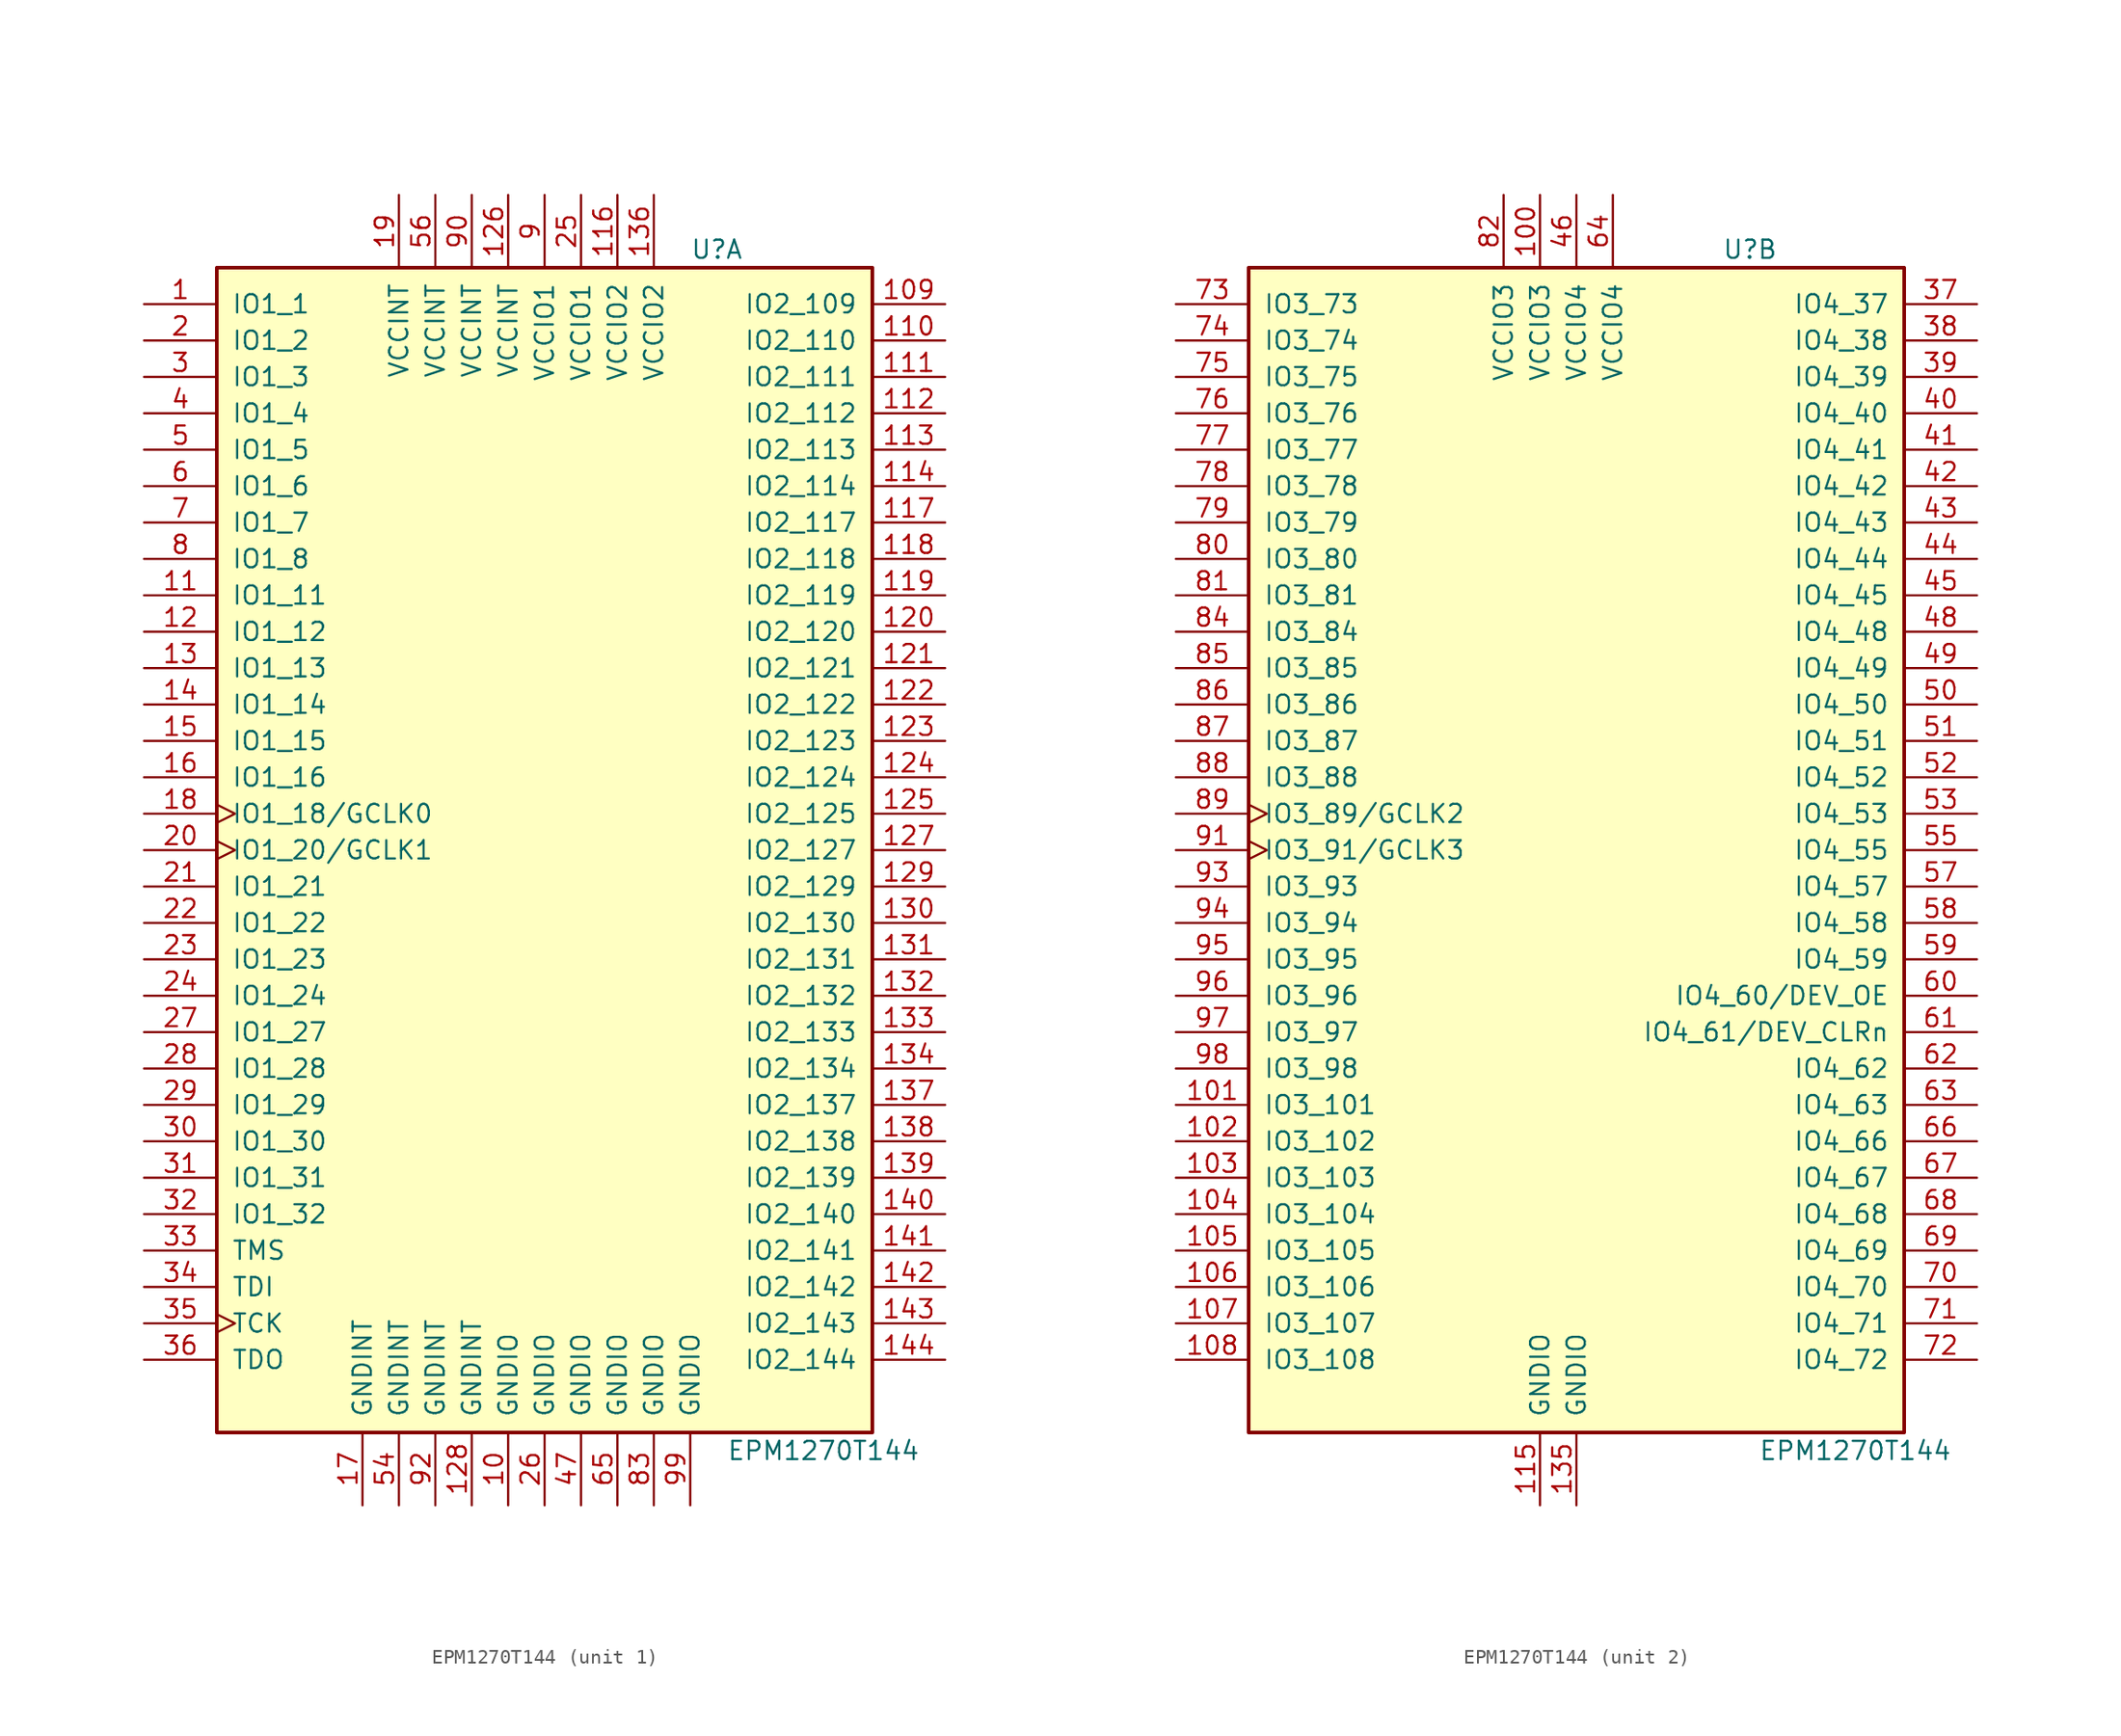
<source format=kicad_sym>
(kicad_symbol_lib
  (version 20201005)
  (generator kicad_symbol_editor)
  (symbol "EPM1270T144"
    (pin_names
      (offset 1.016))
    (property "Reference" "U"
      (at 10.16 41.91 0)
      (effects (font (size 1.27 1.27)) (justify left)))
    (property "Value" "EPM1270T144"
      (at 12.7 -41.91 0)
      (effects (font (size 1.27 1.27)) (justify left)))
    (property "ki_locked" ""
      (at 0 0 0)
      (effects (font (size 1.27 1.27))))
    (symbol "EPM1270T144_1_1"
      (rectangle (start -22.86 40.64) (end 22.86 -40.64) (stroke (width 0.254)) (fill (type background)))
      (pin bidirectional line (at -27.94 38.1 0) (length 5.08) (name "IO1_1" (effects (font (size 1.27 1.27)))) (number "1" (effects (font (size 1.27 1.27)))))
      (pin power_in line (at -2.54 -45.72 90) (length 5.08) (name "GNDIO" (effects (font (size 1.27 1.27)))) (number "10" (effects (font (size 1.27 1.27)))))
      (pin bidirectional line (at 27.94 38.1 180) (length 5.08) (name "IO2_109" (effects (font (size 1.27 1.27)))) (number "109" (effects (font (size 1.27 1.27)))))
      (pin bidirectional line (at -27.94 17.78 0) (length 5.08) (name "IO1_11" (effects (font (size 1.27 1.27)))) (number "11" (effects (font (size 1.27 1.27)))))
      (pin bidirectional line (at 27.94 35.56 180) (length 5.08) (name "IO2_110" (effects (font (size 1.27 1.27)))) (number "110" (effects (font (size 1.27 1.27)))))
      (pin bidirectional line (at 27.94 33.02 180) (length 5.08) (name "IO2_111" (effects (font (size 1.27 1.27)))) (number "111" (effects (font (size 1.27 1.27)))))
      (pin bidirectional line (at 27.94 30.48 180) (length 5.08) (name "IO2_112" (effects (font (size 1.27 1.27)))) (number "112" (effects (font (size 1.27 1.27)))))
      (pin bidirectional line (at 27.94 27.94 180) (length 5.08) (name "IO2_113" (effects (font (size 1.27 1.27)))) (number "113" (effects (font (size 1.27 1.27)))))
      (pin bidirectional line (at 27.94 25.4 180) (length 5.08) (name "IO2_114" (effects (font (size 1.27 1.27)))) (number "114" (effects (font (size 1.27 1.27)))))
      (pin power_in line (at 5.08 45.72 270) (length 5.08) (name "VCCIO2" (effects (font (size 1.27 1.27)))) (number "116" (effects (font (size 1.27 1.27)))))
      (pin bidirectional line (at 27.94 22.86 180) (length 5.08) (name "IO2_117" (effects (font (size 1.27 1.27)))) (number "117" (effects (font (size 1.27 1.27)))))
      (pin bidirectional line (at 27.94 20.32 180) (length 5.08) (name "IO2_118" (effects (font (size 1.27 1.27)))) (number "118" (effects (font (size 1.27 1.27)))))
      (pin bidirectional line (at 27.94 17.78 180) (length 5.08) (name "IO2_119" (effects (font (size 1.27 1.27)))) (number "119" (effects (font (size 1.27 1.27)))))
      (pin bidirectional line (at -27.94 15.24 0) (length 5.08) (name "IO1_12" (effects (font (size 1.27 1.27)))) (number "12" (effects (font (size 1.27 1.27)))))
      (pin bidirectional line (at 27.94 15.24 180) (length 5.08) (name "IO2_120" (effects (font (size 1.27 1.27)))) (number "120" (effects (font (size 1.27 1.27)))))
      (pin bidirectional line (at 27.94 12.7 180) (length 5.08) (name "IO2_121" (effects (font (size 1.27 1.27)))) (number "121" (effects (font (size 1.27 1.27)))))
      (pin bidirectional line (at 27.94 10.16 180) (length 5.08) (name "IO2_122" (effects (font (size 1.27 1.27)))) (number "122" (effects (font (size 1.27 1.27)))))
      (pin bidirectional line (at 27.94 7.62 180) (length 5.08) (name "IO2_123" (effects (font (size 1.27 1.27)))) (number "123" (effects (font (size 1.27 1.27)))))
      (pin bidirectional line (at 27.94 5.08 180) (length 5.08) (name "IO2_124" (effects (font (size 1.27 1.27)))) (number "124" (effects (font (size 1.27 1.27)))))
      (pin bidirectional line (at 27.94 2.54 180) (length 5.08) (name "IO2_125" (effects (font (size 1.27 1.27)))) (number "125" (effects (font (size 1.27 1.27)))))
      (pin power_in line (at -2.54 45.72 270) (length 5.08) (name "VCCINT" (effects (font (size 1.27 1.27)))) (number "126" (effects (font (size 1.27 1.27)))))
      (pin bidirectional line (at 27.94 0 180) (length 5.08) (name "IO2_127" (effects (font (size 1.27 1.27)))) (number "127" (effects (font (size 1.27 1.27)))))
      (pin power_in line (at -5.08 -45.72 90) (length 5.08) (name "GNDINT" (effects (font (size 1.27 1.27)))) (number "128" (effects (font (size 1.27 1.27)))))
      (pin bidirectional line (at 27.94 -2.54 180) (length 5.08) (name "IO2_129" (effects (font (size 1.27 1.27)))) (number "129" (effects (font (size 1.27 1.27)))))
      (pin bidirectional line (at -27.94 12.7 0) (length 5.08) (name "IO1_13" (effects (font (size 1.27 1.27)))) (number "13" (effects (font (size 1.27 1.27)))))
      (pin bidirectional line (at 27.94 -5.08 180) (length 5.08) (name "IO2_130" (effects (font (size 1.27 1.27)))) (number "130" (effects (font (size 1.27 1.27)))))
      (pin bidirectional line (at 27.94 -7.62 180) (length 5.08) (name "IO2_131" (effects (font (size 1.27 1.27)))) (number "131" (effects (font (size 1.27 1.27)))))
      (pin bidirectional line (at 27.94 -10.16 180) (length 5.08) (name "IO2_132" (effects (font (size 1.27 1.27)))) (number "132" (effects (font (size 1.27 1.27)))))
      (pin bidirectional line (at 27.94 -12.7 180) (length 5.08) (name "IO2_133" (effects (font (size 1.27 1.27)))) (number "133" (effects (font (size 1.27 1.27)))))
      (pin bidirectional line (at 27.94 -15.24 180) (length 5.08) (name "IO2_134" (effects (font (size 1.27 1.27)))) (number "134" (effects (font (size 1.27 1.27)))))
      (pin power_in line (at 7.62 45.72 270) (length 5.08) (name "VCCIO2" (effects (font (size 1.27 1.27)))) (number "136" (effects (font (size 1.27 1.27)))))
      (pin bidirectional line (at 27.94 -17.78 180) (length 5.08) (name "IO2_137" (effects (font (size 1.27 1.27)))) (number "137" (effects (font (size 1.27 1.27)))))
      (pin bidirectional line (at 27.94 -20.32 180) (length 5.08) (name "IO2_138" (effects (font (size 1.27 1.27)))) (number "138" (effects (font (size 1.27 1.27)))))
      (pin bidirectional line (at 27.94 -22.86 180) (length 5.08) (name "IO2_139" (effects (font (size 1.27 1.27)))) (number "139" (effects (font (size 1.27 1.27)))))
      (pin bidirectional line (at -27.94 10.16 0) (length 5.08) (name "IO1_14" (effects (font (size 1.27 1.27)))) (number "14" (effects (font (size 1.27 1.27)))))
      (pin bidirectional line (at 27.94 -25.4 180) (length 5.08) (name "IO2_140" (effects (font (size 1.27 1.27)))) (number "140" (effects (font (size 1.27 1.27)))))
      (pin bidirectional line (at 27.94 -27.94 180) (length 5.08) (name "IO2_141" (effects (font (size 1.27 1.27)))) (number "141" (effects (font (size 1.27 1.27)))))
      (pin bidirectional line (at 27.94 -30.48 180) (length 5.08) (name "IO2_142" (effects (font (size 1.27 1.27)))) (number "142" (effects (font (size 1.27 1.27)))))
      (pin bidirectional line (at 27.94 -33.02 180) (length 5.08) (name "IO2_143" (effects (font (size 1.27 1.27)))) (number "143" (effects (font (size 1.27 1.27)))))
      (pin bidirectional line (at 27.94 -35.56 180) (length 5.08) (name "IO2_144" (effects (font (size 1.27 1.27)))) (number "144" (effects (font (size 1.27 1.27)))))
      (pin bidirectional line (at -27.94 7.62 0) (length 5.08) (name "IO1_15" (effects (font (size 1.27 1.27)))) (number "15" (effects (font (size 1.27 1.27)))))
      (pin bidirectional line (at -27.94 5.08 0) (length 5.08) (name "IO1_16" (effects (font (size 1.27 1.27)))) (number "16" (effects (font (size 1.27 1.27)))))
      (pin power_in line (at -12.7 -45.72 90) (length 5.08) (name "GNDINT" (effects (font (size 1.27 1.27)))) (number "17" (effects (font (size 1.27 1.27)))))
      (pin bidirectional clock (at -27.94 2.54 0) (length 5.08) (name "IO1_18/GCLK0" (effects (font (size 1.27 1.27)))) (number "18" (effects (font (size 1.27 1.27)))))
      (pin power_in line (at -10.16 45.72 270) (length 5.08) (name "VCCINT" (effects (font (size 1.27 1.27)))) (number "19" (effects (font (size 1.27 1.27)))))
      (pin bidirectional line (at -27.94 35.56 0) (length 5.08) (name "IO1_2" (effects (font (size 1.27 1.27)))) (number "2" (effects (font (size 1.27 1.27)))))
      (pin bidirectional clock (at -27.94 0 0) (length 5.08) (name "IO1_20/GCLK1" (effects (font (size 1.27 1.27)))) (number "20" (effects (font (size 1.27 1.27)))))
      (pin bidirectional line (at -27.94 -2.54 0) (length 5.08) (name "IO1_21" (effects (font (size 1.27 1.27)))) (number "21" (effects (font (size 1.27 1.27)))))
      (pin bidirectional line (at -27.94 -5.08 0) (length 5.08) (name "IO1_22" (effects (font (size 1.27 1.27)))) (number "22" (effects (font (size 1.27 1.27)))))
      (pin bidirectional line (at -27.94 -7.62 0) (length 5.08) (name "IO1_23" (effects (font (size 1.27 1.27)))) (number "23" (effects (font (size 1.27 1.27)))))
      (pin bidirectional line (at -27.94 -10.16 0) (length 5.08) (name "IO1_24" (effects (font (size 1.27 1.27)))) (number "24" (effects (font (size 1.27 1.27)))))
      (pin power_in line (at 2.54 45.72 270) (length 5.08) (name "VCCIO1" (effects (font (size 1.27 1.27)))) (number "25" (effects (font (size 1.27 1.27)))))
      (pin power_in line (at 0 -45.72 90) (length 5.08) (name "GNDIO" (effects (font (size 1.27 1.27)))) (number "26" (effects (font (size 1.27 1.27)))))
      (pin bidirectional line (at -27.94 -12.7 0) (length 5.08) (name "IO1_27" (effects (font (size 1.27 1.27)))) (number "27" (effects (font (size 1.27 1.27)))))
      (pin bidirectional line (at -27.94 -15.24 0) (length 5.08) (name "IO1_28" (effects (font (size 1.27 1.27)))) (number "28" (effects (font (size 1.27 1.27)))))
      (pin bidirectional line (at -27.94 -17.78 0) (length 5.08) (name "IO1_29" (effects (font (size 1.27 1.27)))) (number "29" (effects (font (size 1.27 1.27)))))
      (pin bidirectional line (at -27.94 33.02 0) (length 5.08) (name "IO1_3" (effects (font (size 1.27 1.27)))) (number "3" (effects (font (size 1.27 1.27)))))
      (pin bidirectional line (at -27.94 -20.32 0) (length 5.08) (name "IO1_30" (effects (font (size 1.27 1.27)))) (number "30" (effects (font (size 1.27 1.27)))))
      (pin bidirectional line (at -27.94 -22.86 0) (length 5.08) (name "IO1_31" (effects (font (size 1.27 1.27)))) (number "31" (effects (font (size 1.27 1.27)))))
      (pin bidirectional line (at -27.94 -25.4 0) (length 5.08) (name "IO1_32" (effects (font (size 1.27 1.27)))) (number "32" (effects (font (size 1.27 1.27)))))
      (pin input line (at -27.94 -27.94 0) (length 5.08) (name "TMS" (effects (font (size 1.27 1.27)))) (number "33" (effects (font (size 1.27 1.27)))))
      (pin input line (at -27.94 -30.48 0) (length 5.08) (name "TDI" (effects (font (size 1.27 1.27)))) (number "34" (effects (font (size 1.27 1.27)))))
      (pin input clock (at -27.94 -33.02 0) (length 5.08) (name "TCK" (effects (font (size 1.27 1.27)))) (number "35" (effects (font (size 1.27 1.27)))))
      (pin output line (at -27.94 -35.56 0) (length 5.08) (name "TDO" (effects (font (size 1.27 1.27)))) (number "36" (effects (font (size 1.27 1.27)))))
      (pin bidirectional line (at -27.94 30.48 0) (length 5.08) (name "IO1_4" (effects (font (size 1.27 1.27)))) (number "4" (effects (font (size 1.27 1.27)))))
      (pin power_in line (at 2.54 -45.72 90) (length 5.08) (name "GNDIO" (effects (font (size 1.27 1.27)))) (number "47" (effects (font (size 1.27 1.27)))))
      (pin bidirectional line (at -27.94 27.94 0) (length 5.08) (name "IO1_5" (effects (font (size 1.27 1.27)))) (number "5" (effects (font (size 1.27 1.27)))))
      (pin power_in line (at -10.16 -45.72 90) (length 5.08) (name "GNDINT" (effects (font (size 1.27 1.27)))) (number "54" (effects (font (size 1.27 1.27)))))
      (pin power_in line (at -7.62 45.72 270) (length 5.08) (name "VCCINT" (effects (font (size 1.27 1.27)))) (number "56" (effects (font (size 1.27 1.27)))))
      (pin bidirectional line (at -27.94 25.4 0) (length 5.08) (name "IO1_6" (effects (font (size 1.27 1.27)))) (number "6" (effects (font (size 1.27 1.27)))))
      (pin power_in line (at 5.08 -45.72 90) (length 5.08) (name "GNDIO" (effects (font (size 1.27 1.27)))) (number "65" (effects (font (size 1.27 1.27)))))
      (pin bidirectional line (at -27.94 22.86 0) (length 5.08) (name "IO1_7" (effects (font (size 1.27 1.27)))) (number "7" (effects (font (size 1.27 1.27)))))
      (pin bidirectional line (at -27.94 20.32 0) (length 5.08) (name "IO1_8" (effects (font (size 1.27 1.27)))) (number "8" (effects (font (size 1.27 1.27)))))
      (pin power_in line (at 7.62 -45.72 90) (length 5.08) (name "GNDIO" (effects (font (size 1.27 1.27)))) (number "83" (effects (font (size 1.27 1.27)))))
      (pin power_in line (at 0 45.72 270) (length 5.08) (name "VCCIO1" (effects (font (size 1.27 1.27)))) (number "9" (effects (font (size 1.27 1.27)))))
      (pin power_in line (at -5.08 45.72 270) (length 5.08) (name "VCCINT" (effects (font (size 1.27 1.27)))) (number "90" (effects (font (size 1.27 1.27)))))
      (pin power_in line (at -7.62 -45.72 90) (length 5.08) (name "GNDINT" (effects (font (size 1.27 1.27)))) (number "92" (effects (font (size 1.27 1.27)))))
      (pin power_in line (at 10.16 -45.72 90) (length 5.08) (name "GNDIO" (effects (font (size 1.27 1.27)))) (number "99" (effects (font (size 1.27 1.27))))))
    (symbol "EPM1270T144_2_1"
      (rectangle (start -22.86 40.64) (end 22.86 -40.64) (stroke (width 0.254)) (fill (type background)))
      (pin power_in line (at -2.54 45.72 270) (length 5.08) (name "VCCIO3" (effects (font (size 1.27 1.27)))) (number "100" (effects (font (size 1.27 1.27)))))
      (pin bidirectional line (at -27.94 -17.78 0) (length 5.08) (name "IO3_101" (effects (font (size 1.27 1.27)))) (number "101" (effects (font (size 1.27 1.27)))))
      (pin bidirectional line (at -27.94 -20.32 0) (length 5.08) (name "IO3_102" (effects (font (size 1.27 1.27)))) (number "102" (effects (font (size 1.27 1.27)))))
      (pin bidirectional line (at -27.94 -22.86 0) (length 5.08) (name "IO3_103" (effects (font (size 1.27 1.27)))) (number "103" (effects (font (size 1.27 1.27)))))
      (pin bidirectional line (at -27.94 -25.4 0) (length 5.08) (name "IO3_104" (effects (font (size 1.27 1.27)))) (number "104" (effects (font (size 1.27 1.27)))))
      (pin bidirectional line (at -27.94 -27.94 0) (length 5.08) (name "IO3_105" (effects (font (size 1.27 1.27)))) (number "105" (effects (font (size 1.27 1.27)))))
      (pin bidirectional line (at -27.94 -30.48 0) (length 5.08) (name "IO3_106" (effects (font (size 1.27 1.27)))) (number "106" (effects (font (size 1.27 1.27)))))
      (pin bidirectional line (at -27.94 -33.02 0) (length 5.08) (name "IO3_107" (effects (font (size 1.27 1.27)))) (number "107" (effects (font (size 1.27 1.27)))))
      (pin bidirectional line (at -27.94 -35.56 0) (length 5.08) (name "IO3_108" (effects (font (size 1.27 1.27)))) (number "108" (effects (font (size 1.27 1.27)))))
      (pin power_in line (at -2.54 -45.72 90) (length 5.08) (name "GNDIO" (effects (font (size 1.27 1.27)))) (number "115" (effects (font (size 1.27 1.27)))))
      (pin power_in line (at 0 -45.72 90) (length 5.08) (name "GNDIO" (effects (font (size 1.27 1.27)))) (number "135" (effects (font (size 1.27 1.27)))))
      (pin bidirectional line (at 27.94 38.1 180) (length 5.08) (name "IO4_37" (effects (font (size 1.27 1.27)))) (number "37" (effects (font (size 1.27 1.27)))))
      (pin bidirectional line (at 27.94 35.56 180) (length 5.08) (name "IO4_38" (effects (font (size 1.27 1.27)))) (number "38" (effects (font (size 1.27 1.27)))))
      (pin bidirectional line (at 27.94 33.02 180) (length 5.08) (name "IO4_39" (effects (font (size 1.27 1.27)))) (number "39" (effects (font (size 1.27 1.27)))))
      (pin bidirectional line (at 27.94 30.48 180) (length 5.08) (name "IO4_40" (effects (font (size 1.27 1.27)))) (number "40" (effects (font (size 1.27 1.27)))))
      (pin bidirectional line (at 27.94 27.94 180) (length 5.08) (name "IO4_41" (effects (font (size 1.27 1.27)))) (number "41" (effects (font (size 1.27 1.27)))))
      (pin bidirectional line (at 27.94 25.4 180) (length 5.08) (name "IO4_42" (effects (font (size 1.27 1.27)))) (number "42" (effects (font (size 1.27 1.27)))))
      (pin bidirectional line (at 27.94 22.86 180) (length 5.08) (name "IO4_43" (effects (font (size 1.27 1.27)))) (number "43" (effects (font (size 1.27 1.27)))))
      (pin bidirectional line (at 27.94 20.32 180) (length 5.08) (name "IO4_44" (effects (font (size 1.27 1.27)))) (number "44" (effects (font (size 1.27 1.27)))))
      (pin bidirectional line (at 27.94 17.78 180) (length 5.08) (name "IO4_45" (effects (font (size 1.27 1.27)))) (number "45" (effects (font (size 1.27 1.27)))))
      (pin power_in line (at 0 45.72 270) (length 5.08) (name "VCCIO4" (effects (font (size 1.27 1.27)))) (number "46" (effects (font (size 1.27 1.27)))))
      (pin bidirectional line (at 27.94 15.24 180) (length 5.08) (name "IO4_48" (effects (font (size 1.27 1.27)))) (number "48" (effects (font (size 1.27 1.27)))))
      (pin bidirectional line (at 27.94 12.7 180) (length 5.08) (name "IO4_49" (effects (font (size 1.27 1.27)))) (number "49" (effects (font (size 1.27 1.27)))))
      (pin bidirectional line (at 27.94 10.16 180) (length 5.08) (name "IO4_50" (effects (font (size 1.27 1.27)))) (number "50" (effects (font (size 1.27 1.27)))))
      (pin bidirectional line (at 27.94 7.62 180) (length 5.08) (name "IO4_51" (effects (font (size 1.27 1.27)))) (number "51" (effects (font (size 1.27 1.27)))))
      (pin bidirectional line (at 27.94 5.08 180) (length 5.08) (name "IO4_52" (effects (font (size 1.27 1.27)))) (number "52" (effects (font (size 1.27 1.27)))))
      (pin bidirectional line (at 27.94 2.54 180) (length 5.08) (name "IO4_53" (effects (font (size 1.27 1.27)))) (number "53" (effects (font (size 1.27 1.27)))))
      (pin bidirectional line (at 27.94 0 180) (length 5.08) (name "IO4_55" (effects (font (size 1.27 1.27)))) (number "55" (effects (font (size 1.27 1.27)))))
      (pin bidirectional line (at 27.94 -2.54 180) (length 5.08) (name "IO4_57" (effects (font (size 1.27 1.27)))) (number "57" (effects (font (size 1.27 1.27)))))
      (pin bidirectional line (at 27.94 -5.08 180) (length 5.08) (name "IO4_58" (effects (font (size 1.27 1.27)))) (number "58" (effects (font (size 1.27 1.27)))))
      (pin bidirectional line (at 27.94 -7.62 180) (length 5.08) (name "IO4_59" (effects (font (size 1.27 1.27)))) (number "59" (effects (font (size 1.27 1.27)))))
      (pin bidirectional line (at 27.94 -10.16 180) (length 5.08) (name "IO4_60/DEV_OE" (effects (font (size 1.27 1.27)))) (number "60" (effects (font (size 1.27 1.27)))))
      (pin bidirectional line (at 27.94 -12.7 180) (length 5.08) (name "IO4_61/DEV_CLRn" (effects (font (size 1.27 1.27)))) (number "61" (effects (font (size 1.27 1.27)))))
      (pin bidirectional line (at 27.94 -15.24 180) (length 5.08) (name "IO4_62" (effects (font (size 1.27 1.27)))) (number "62" (effects (font (size 1.27 1.27)))))
      (pin bidirectional line (at 27.94 -17.78 180) (length 5.08) (name "IO4_63" (effects (font (size 1.27 1.27)))) (number "63" (effects (font (size 1.27 1.27)))))
      (pin power_in line (at 2.54 45.72 270) (length 5.08) (name "VCCIO4" (effects (font (size 1.27 1.27)))) (number "64" (effects (font (size 1.27 1.27)))))
      (pin bidirectional line (at 27.94 -20.32 180) (length 5.08) (name "IO4_66" (effects (font (size 1.27 1.27)))) (number "66" (effects (font (size 1.27 1.27)))))
      (pin bidirectional line (at 27.94 -22.86 180) (length 5.08) (name "IO4_67" (effects (font (size 1.27 1.27)))) (number "67" (effects (font (size 1.27 1.27)))))
      (pin bidirectional line (at 27.94 -25.4 180) (length 5.08) (name "IO4_68" (effects (font (size 1.27 1.27)))) (number "68" (effects (font (size 1.27 1.27)))))
      (pin bidirectional line (at 27.94 -27.94 180) (length 5.08) (name "IO4_69" (effects (font (size 1.27 1.27)))) (number "69" (effects (font (size 1.27 1.27)))))
      (pin bidirectional line (at 27.94 -30.48 180) (length 5.08) (name "IO4_70" (effects (font (size 1.27 1.27)))) (number "70" (effects (font (size 1.27 1.27)))))
      (pin bidirectional line (at 27.94 -33.02 180) (length 5.08) (name "IO4_71" (effects (font (size 1.27 1.27)))) (number "71" (effects (font (size 1.27 1.27)))))
      (pin bidirectional line (at 27.94 -35.56 180) (length 5.08) (name "IO4_72" (effects (font (size 1.27 1.27)))) (number "72" (effects (font (size 1.27 1.27)))))
      (pin bidirectional line (at -27.94 38.1 0) (length 5.08) (name "IO3_73" (effects (font (size 1.27 1.27)))) (number "73" (effects (font (size 1.27 1.27)))))
      (pin bidirectional line (at -27.94 35.56 0) (length 5.08) (name "IO3_74" (effects (font (size 1.27 1.27)))) (number "74" (effects (font (size 1.27 1.27)))))
      (pin bidirectional line (at -27.94 33.02 0) (length 5.08) (name "IO3_75" (effects (font (size 1.27 1.27)))) (number "75" (effects (font (size 1.27 1.27)))))
      (pin bidirectional line (at -27.94 30.48 0) (length 5.08) (name "IO3_76" (effects (font (size 1.27 1.27)))) (number "76" (effects (font (size 1.27 1.27)))))
      (pin bidirectional line (at -27.94 27.94 0) (length 5.08) (name "IO3_77" (effects (font (size 1.27 1.27)))) (number "77" (effects (font (size 1.27 1.27)))))
      (pin bidirectional line (at -27.94 25.4 0) (length 5.08) (name "IO3_78" (effects (font (size 1.27 1.27)))) (number "78" (effects (font (size 1.27 1.27)))))
      (pin bidirectional line (at -27.94 22.86 0) (length 5.08) (name "IO3_79" (effects (font (size 1.27 1.27)))) (number "79" (effects (font (size 1.27 1.27)))))
      (pin bidirectional line (at -27.94 20.32 0) (length 5.08) (name "IO3_80" (effects (font (size 1.27 1.27)))) (number "80" (effects (font (size 1.27 1.27)))))
      (pin bidirectional line (at -27.94 17.78 0) (length 5.08) (name "IO3_81" (effects (font (size 1.27 1.27)))) (number "81" (effects (font (size 1.27 1.27)))))
      (pin power_in line (at -5.08 45.72 270) (length 5.08) (name "VCCIO3" (effects (font (size 1.27 1.27)))) (number "82" (effects (font (size 1.27 1.27)))))
      (pin bidirectional line (at -27.94 15.24 0) (length 5.08) (name "IO3_84" (effects (font (size 1.27 1.27)))) (number "84" (effects (font (size 1.27 1.27)))))
      (pin bidirectional line (at -27.94 12.7 0) (length 5.08) (name "IO3_85" (effects (font (size 1.27 1.27)))) (number "85" (effects (font (size 1.27 1.27)))))
      (pin bidirectional line (at -27.94 10.16 0) (length 5.08) (name "IO3_86" (effects (font (size 1.27 1.27)))) (number "86" (effects (font (size 1.27 1.27)))))
      (pin bidirectional line (at -27.94 7.62 0) (length 5.08) (name "IO3_87" (effects (font (size 1.27 1.27)))) (number "87" (effects (font (size 1.27 1.27)))))
      (pin bidirectional line (at -27.94 5.08 0) (length 5.08) (name "IO3_88" (effects (font (size 1.27 1.27)))) (number "88" (effects (font (size 1.27 1.27)))))
      (pin bidirectional clock (at -27.94 2.54 0) (length 5.08) (name "IO3_89/GCLK2" (effects (font (size 1.27 1.27)))) (number "89" (effects (font (size 1.27 1.27)))))
      (pin bidirectional clock (at -27.94 0 0) (length 5.08) (name "IO3_91/GCLK3" (effects (font (size 1.27 1.27)))) (number "91" (effects (font (size 1.27 1.27)))))
      (pin bidirectional line (at -27.94 -2.54 0) (length 5.08) (name "IO3_93" (effects (font (size 1.27 1.27)))) (number "93" (effects (font (size 1.27 1.27)))))
      (pin bidirectional line (at -27.94 -5.08 0) (length 5.08) (name "IO3_94" (effects (font (size 1.27 1.27)))) (number "94" (effects (font (size 1.27 1.27)))))
      (pin bidirectional line (at -27.94 -7.62 0) (length 5.08) (name "IO3_95" (effects (font (size 1.27 1.27)))) (number "95" (effects (font (size 1.27 1.27)))))
      (pin bidirectional line (at -27.94 -10.16 0) (length 5.08) (name "IO3_96" (effects (font (size 1.27 1.27)))) (number "96" (effects (font (size 1.27 1.27)))))
      (pin bidirectional line (at -27.94 -12.7 0) (length 5.08) (name "IO3_97" (effects (font (size 1.27 1.27)))) (number "97" (effects (font (size 1.27 1.27)))))
      (pin bidirectional line (at -27.94 -15.24 0) (length 5.08) (name "IO3_98" (effects (font (size 1.27 1.27)))) (number "98" (effects (font (size 1.27 1.27))))))))
</source>
